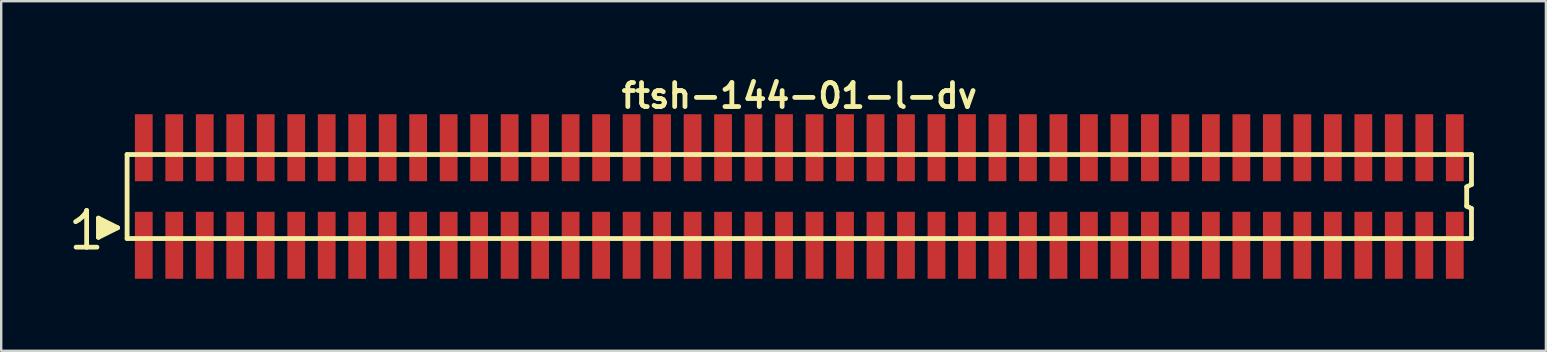
<source format=kicad_pcb>
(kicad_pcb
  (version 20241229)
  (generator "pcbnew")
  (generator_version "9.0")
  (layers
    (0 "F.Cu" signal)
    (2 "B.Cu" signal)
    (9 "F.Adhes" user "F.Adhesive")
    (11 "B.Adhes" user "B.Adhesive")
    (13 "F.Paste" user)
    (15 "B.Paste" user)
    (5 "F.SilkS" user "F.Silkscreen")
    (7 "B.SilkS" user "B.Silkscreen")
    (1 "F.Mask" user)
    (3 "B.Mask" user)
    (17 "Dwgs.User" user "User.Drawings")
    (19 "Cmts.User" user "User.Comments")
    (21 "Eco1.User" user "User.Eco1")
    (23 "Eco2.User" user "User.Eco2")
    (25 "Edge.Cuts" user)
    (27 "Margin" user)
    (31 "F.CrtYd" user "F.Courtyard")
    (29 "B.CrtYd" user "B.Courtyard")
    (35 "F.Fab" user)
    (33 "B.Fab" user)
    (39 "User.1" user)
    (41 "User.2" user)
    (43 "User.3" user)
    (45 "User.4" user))
  (footprint "ftsh-144-01-l-dv"
    (layer "F.Cu")
    (at 30.244 5.136)
    (property "Reference" "ftsh-144-01-l-dv" (at 0 -4.2 0) (layer "F.SilkS") (effects (font (size 1 1) (thickness 0.2))))
    (attr smd)
    (fp_line (start -30.145 1.05) (end -30.015 0.97) (stroke (width 0.198) (type solid)) (layer "F.SilkS"))
    (fp_line (start -30.015 0.97) (end -29.855 0.84) (stroke (width 0.198) (type solid)) (layer "F.SilkS"))
    (fp_line (start -29.855 0.84) (end -29.715 0.67) (stroke (width 0.198) (type solid)) (layer "F.SilkS"))
    (fp_line (start -29.715 0.67) (end -29.685 0.58) (stroke (width 0.198) (type solid)) (layer "F.SilkS"))
    (fp_line (start -29.685 0.58) (end -29.685 2.11) (stroke (width 0.198) (type solid)) (layer "F.SilkS"))
    (fp_line (start -29.685 2.11) (end -30.125 2.11) (stroke (width 0.198) (type solid)) (layer "F.SilkS"))
    (fp_line (start -29.255 2.11) (end -29.695 2.11) (stroke (width 0.198) (type solid)) (layer "F.SilkS"))
    (fp_line (start -29.195 0.9) (end -28.395 1.3) (stroke (width 0.198) (type solid)) (layer "F.SilkS"))
    (fp_line (start -29.195 1.7) (end -29.195 0.9) (stroke (width 0.198) (type solid)) (layer "F.SilkS"))
    (fp_line (start -29.095 1.6) (end -29.095 1) (stroke (width 0.198) (type solid)) (layer "F.SilkS"))
    (fp_line (start -28.995 1.1) (end -28.995 1.5) (stroke (width 0.198) (type solid)) (layer "F.SilkS"))
    (fp_line (start -28.895 1.5) (end -28.895 1.1) (stroke (width 0.198) (type solid)) (layer "F.SilkS"))
    (fp_line (start -28.795 1.2) (end -28.795 1.4) (stroke (width 0.198) (type solid)) (layer "F.SilkS"))
    (fp_line (start -28.695 1.4) (end -28.695 1.2) (stroke (width 0.198) (type solid)) (layer "F.SilkS"))
    (fp_line (start -28.395 1.3) (end -29.195 1.7) (stroke (width 0.198) (type solid)) (layer "F.SilkS"))
    (fp_line (start -28 -1.75) (end -28 1.75) (stroke (width 0.2) (type solid)) (layer "F.SilkS"))
    (fp_line (start -28 -1.75) (end 28 -1.75) (stroke (width 0.2) (type solid)) (layer "F.SilkS"))
    (fp_line (start -28 1.75) (end 28 1.75) (stroke (width 0.2) (type solid)) (layer "F.SilkS"))
    (fp_line (start 27.8 -0.4) (end 27.8 0.4) (stroke (width 0.2) (type solid)) (layer "F.SilkS"))
    (fp_line (start 27.8 0.4) (end 28 0.5) (stroke (width 0.2) (type solid)) (layer "F.SilkS"))
    (fp_line (start 28 -0.5) (end 27.8 -0.4) (stroke (width 0.2) (type solid)) (layer "F.SilkS"))
    (fp_line (start 28 -0.5) (end 28 -1.75) (stroke (width 0.2) (type solid)) (layer "F.SilkS"))
    (fp_line (start 28 0.5) (end 28 1.75) (stroke (width 0.2) (type solid)) (layer "F.SilkS"))
    (pad "1" smd rect (at -27.305 2.032) (size 0.74 2.79) (layers "F.Cu" "F.Mask" "F.Paste"))
    (pad "2" smd rect (at -27.305 -2.032) (size 0.74 2.79) (layers "F.Cu" "F.Mask" "F.Paste"))
    (pad "3" smd rect (at -26.035 2.032) (size 0.74 2.79) (layers "F.Cu" "F.Mask" "F.Paste"))
    (pad "4" smd rect (at -26.035 -2.032) (size 0.74 2.79) (layers "F.Cu" "F.Mask" "F.Paste"))
    (pad "5" smd rect (at -24.765 2.032) (size 0.74 2.79) (layers "F.Cu" "F.Mask" "F.Paste"))
    (pad "6" smd rect (at -24.765 -2.032) (size 0.74 2.79) (layers "F.Cu" "F.Mask" "F.Paste"))
    (pad "7" smd rect (at -23.495 2.032) (size 0.74 2.79) (layers "F.Cu" "F.Mask" "F.Paste"))
    (pad "8" smd rect (at -23.495 -2.032) (size 0.74 2.79) (layers "F.Cu" "F.Mask" "F.Paste"))
    (pad "9" smd rect (at -22.225 2.032) (size 0.74 2.79) (layers "F.Cu" "F.Mask" "F.Paste"))
    (pad "10" smd rect (at -22.225 -2.032) (size 0.74 2.79) (layers "F.Cu" "F.Mask" "F.Paste"))
    (pad "11" smd rect (at -20.955 2.032) (size 0.74 2.79) (layers "F.Cu" "F.Mask" "F.Paste"))
    (pad "12" smd rect (at -20.955 -2.032) (size 0.74 2.79) (layers "F.Cu" "F.Mask" "F.Paste"))
    (pad "13" smd rect (at -19.685 2.032) (size 0.74 2.79) (layers "F.Cu" "F.Mask" "F.Paste"))
    (pad "14" smd rect (at -19.685 -2.032) (size 0.74 2.79) (layers "F.Cu" "F.Mask" "F.Paste"))
    (pad "15" smd rect (at -18.415 2.032) (size 0.74 2.79) (layers "F.Cu" "F.Mask" "F.Paste"))
    (pad "16" smd rect (at -18.415 -2.032) (size 0.74 2.79) (layers "F.Cu" "F.Mask" "F.Paste"))
    (pad "17" smd rect (at -17.145 2.032) (size 0.74 2.79) (layers "F.Cu" "F.Mask" "F.Paste"))
    (pad "18" smd rect (at -17.145 -2.032) (size 0.74 2.79) (layers "F.Cu" "F.Mask" "F.Paste"))
    (pad "19" smd rect (at -15.875 2.032) (size 0.74 2.79) (layers "F.Cu" "F.Mask" "F.Paste"))
    (pad "20" smd rect (at -15.875 -2.032) (size 0.74 2.79) (layers "F.Cu" "F.Mask" "F.Paste"))
    (pad "21" smd rect (at -14.605 2.032) (size 0.74 2.79) (layers "F.Cu" "F.Mask" "F.Paste"))
    (pad "22" smd rect (at -14.605 -2.032) (size 0.74 2.79) (layers "F.Cu" "F.Mask" "F.Paste"))
    (pad "23" smd rect (at -13.335 2.032) (size 0.74 2.79) (layers "F.Cu" "F.Mask" "F.Paste"))
    (pad "24" smd rect (at -13.335 -2.032) (size 0.74 2.79) (layers "F.Cu" "F.Mask" "F.Paste"))
    (pad "25" smd rect (at -12.065 2.032) (size 0.74 2.79) (layers "F.Cu" "F.Mask" "F.Paste"))
    (pad "26" smd rect (at -12.065 -2.032) (size 0.74 2.79) (layers "F.Cu" "F.Mask" "F.Paste"))
    (pad "27" smd rect (at -10.795 2.032) (size 0.74 2.79) (layers "F.Cu" "F.Mask" "F.Paste"))
    (pad "28" smd rect (at -10.795 -2.032) (size 0.74 2.79) (layers "F.Cu" "F.Mask" "F.Paste"))
    (pad "29" smd rect (at -9.525 2.032) (size 0.74 2.79) (layers "F.Cu" "F.Mask" "F.Paste"))
    (pad "30" smd rect (at -9.525 -2.032) (size 0.74 2.79) (layers "F.Cu" "F.Mask" "F.Paste"))
    (pad "31" smd rect (at -8.255 2.032) (size 0.74 2.79) (layers "F.Cu" "F.Mask" "F.Paste"))
    (pad "32" smd rect (at -8.255 -2.032) (size 0.74 2.79) (layers "F.Cu" "F.Mask" "F.Paste"))
    (pad "33" smd rect (at -6.985 2.032) (size 0.74 2.79) (layers "F.Cu" "F.Mask" "F.Paste"))
    (pad "34" smd rect (at -6.985 -2.032) (size 0.74 2.79) (layers "F.Cu" "F.Mask" "F.Paste"))
    (pad "35" smd rect (at -5.715 2.032) (size 0.74 2.79) (layers "F.Cu" "F.Mask" "F.Paste"))
    (pad "36" smd rect (at -5.715 -2.032) (size 0.74 2.79) (layers "F.Cu" "F.Mask" "F.Paste"))
    (pad "37" smd rect (at -4.445 2.032) (size 0.74 2.79) (layers "F.Cu" "F.Mask" "F.Paste"))
    (pad "38" smd rect (at -4.445 -2.032) (size 0.74 2.79) (layers "F.Cu" "F.Mask" "F.Paste"))
    (pad "39" smd rect (at -3.175 2.032) (size 0.74 2.79) (layers "F.Cu" "F.Mask" "F.Paste"))
    (pad "40" smd rect (at -3.175 -2.032) (size 0.74 2.79) (layers "F.Cu" "F.Mask" "F.Paste"))
    (pad "41" smd rect (at -1.905 2.032) (size 0.74 2.79) (layers "F.Cu" "F.Mask" "F.Paste"))
    (pad "42" smd rect (at -1.905 -2.032) (size 0.74 2.79) (layers "F.Cu" "F.Mask" "F.Paste"))
    (pad "43" smd rect (at -0.635 2.032) (size 0.74 2.79) (layers "F.Cu" "F.Mask" "F.Paste"))
    (pad "44" smd rect (at -0.635 -2.032) (size 0.74 2.79) (layers "F.Cu" "F.Mask" "F.Paste"))
    (pad "45" smd rect (at 0.635 2.032) (size 0.74 2.79) (layers "F.Cu" "F.Mask" "F.Paste"))
    (pad "46" smd rect (at 0.635 -2.032) (size 0.74 2.79) (layers "F.Cu" "F.Mask" "F.Paste"))
    (pad "47" smd rect (at 1.905 2.032) (size 0.74 2.79) (layers "F.Cu" "F.Mask" "F.Paste"))
    (pad "48" smd rect (at 1.905 -2.032) (size 0.74 2.79) (layers "F.Cu" "F.Mask" "F.Paste"))
    (pad "49" smd rect (at 3.175 2.032) (size 0.74 2.79) (layers "F.Cu" "F.Mask" "F.Paste"))
    (pad "50" smd rect (at 3.175 -2.032) (size 0.74 2.79) (layers "F.Cu" "F.Mask" "F.Paste"))
    (pad "51" smd rect (at 4.445 2.032) (size 0.74 2.79) (layers "F.Cu" "F.Mask" "F.Paste"))
    (pad "52" smd rect (at 4.445 -2.032) (size 0.74 2.79) (layers "F.Cu" "F.Mask" "F.Paste"))
    (pad "53" smd rect (at 5.715 2.032) (size 0.74 2.79) (layers "F.Cu" "F.Mask" "F.Paste"))
    (pad "54" smd rect (at 5.715 -2.032) (size 0.74 2.79) (layers "F.Cu" "F.Mask" "F.Paste"))
    (pad "55" smd rect (at 6.985 2.032) (size 0.74 2.79) (layers "F.Cu" "F.Mask" "F.Paste"))
    (pad "56" smd rect (at 6.985 -2.032) (size 0.74 2.79) (layers "F.Cu" "F.Mask" "F.Paste"))
    (pad "57" smd rect (at 8.255 2.032) (size 0.74 2.79) (layers "F.Cu" "F.Mask" "F.Paste"))
    (pad "58" smd rect (at 8.255 -2.032) (size 0.74 2.79) (layers "F.Cu" "F.Mask" "F.Paste"))
    (pad "59" smd rect (at 9.525 2.032) (size 0.74 2.79) (layers "F.Cu" "F.Mask" "F.Paste"))
    (pad "60" smd rect (at 9.525 -2.032) (size 0.74 2.79) (layers "F.Cu" "F.Mask" "F.Paste"))
    (pad "61" smd rect (at 10.795 2.032) (size 0.74 2.79) (layers "F.Cu" "F.Mask" "F.Paste"))
    (pad "62" smd rect (at 10.795 -2.032) (size 0.74 2.79) (layers "F.Cu" "F.Mask" "F.Paste"))
    (pad "63" smd rect (at 12.065 2.032) (size 0.74 2.79) (layers "F.Cu" "F.Mask" "F.Paste"))
    (pad "64" smd rect (at 12.065 -2.032) (size 0.74 2.79) (layers "F.Cu" "F.Mask" "F.Paste"))
    (pad "65" smd rect (at 13.335 2.032) (size 0.74 2.79) (layers "F.Cu" "F.Mask" "F.Paste"))
    (pad "66" smd rect (at 13.335 -2.032) (size 0.74 2.79) (layers "F.Cu" "F.Mask" "F.Paste"))
    (pad "67" smd rect (at 14.605 2.032) (size 0.74 2.79) (layers "F.Cu" "F.Mask" "F.Paste"))
    (pad "68" smd rect (at 14.605 -2.032) (size 0.74 2.79) (layers "F.Cu" "F.Mask" "F.Paste"))
    (pad "69" smd rect (at 15.875 2.032) (size 0.74 2.79) (layers "F.Cu" "F.Mask" "F.Paste"))
    (pad "70" smd rect (at 15.875 -2.032) (size 0.74 2.79) (layers "F.Cu" "F.Mask" "F.Paste"))
    (pad "71" smd rect (at 17.145 2.032) (size 0.74 2.79) (layers "F.Cu" "F.Mask" "F.Paste"))
    (pad "72" smd rect (at 17.145 -2.032) (size 0.74 2.79) (layers "F.Cu" "F.Mask" "F.Paste"))
    (pad "73" smd rect (at 18.415 2.032) (size 0.74 2.79) (layers "F.Cu" "F.Mask" "F.Paste"))
    (pad "74" smd rect (at 18.415 -2.032) (size 0.74 2.79) (layers "F.Cu" "F.Mask" "F.Paste"))
    (pad "75" smd rect (at 19.685 2.032) (size 0.74 2.79) (layers "F.Cu" "F.Mask" "F.Paste"))
    (pad "76" smd rect (at 19.685 -2.032) (size 0.74 2.79) (layers "F.Cu" "F.Mask" "F.Paste"))
    (pad "77" smd rect (at 20.955 2.032) (size 0.74 2.79) (layers "F.Cu" "F.Mask" "F.Paste"))
    (pad "78" smd rect (at 20.955 -2.032) (size 0.74 2.79) (layers "F.Cu" "F.Mask" "F.Paste"))
    (pad "79" smd rect (at 22.225 2.032) (size 0.74 2.79) (layers "F.Cu" "F.Mask" "F.Paste"))
    (pad "80" smd rect (at 22.225 -2.032) (size 0.74 2.79) (layers "F.Cu" "F.Mask" "F.Paste"))
    (pad "81" smd rect (at 23.495 2.032) (size 0.74 2.79) (layers "F.Cu" "F.Mask" "F.Paste"))
    (pad "82" smd rect (at 23.495 -2.032) (size 0.74 2.79) (layers "F.Cu" "F.Mask" "F.Paste"))
    (pad "83" smd rect (at 24.765 2.032) (size 0.74 2.79) (layers "F.Cu" "F.Mask" "F.Paste"))
    (pad "84" smd rect (at 24.765 -2.032) (size 0.74 2.79) (layers "F.Cu" "F.Mask" "F.Paste"))
    (pad "85" smd rect (at 26.035 2.032) (size 0.74 2.79) (layers "F.Cu" "F.Mask" "F.Paste"))
    (pad "86" smd rect (at 26.035 -2.032) (size 0.74 2.79) (layers "F.Cu" "F.Mask" "F.Paste"))
    (pad "87" smd rect (at 27.305 2.032) (size 0.74 2.79) (layers "F.Cu" "F.Mask" "F.Paste"))
    (pad "88" smd rect (at 27.305 -2.032) (size 0.74 2.79) (layers "F.Cu" "F.Mask" "F.Paste")))
  (gr_rect
    (start -3 -3)
    (end 61.344 11.563)
    (stroke (width 0.1) (type default))
    (fill no)
    (layer "Edge.Cuts")))
</source>
